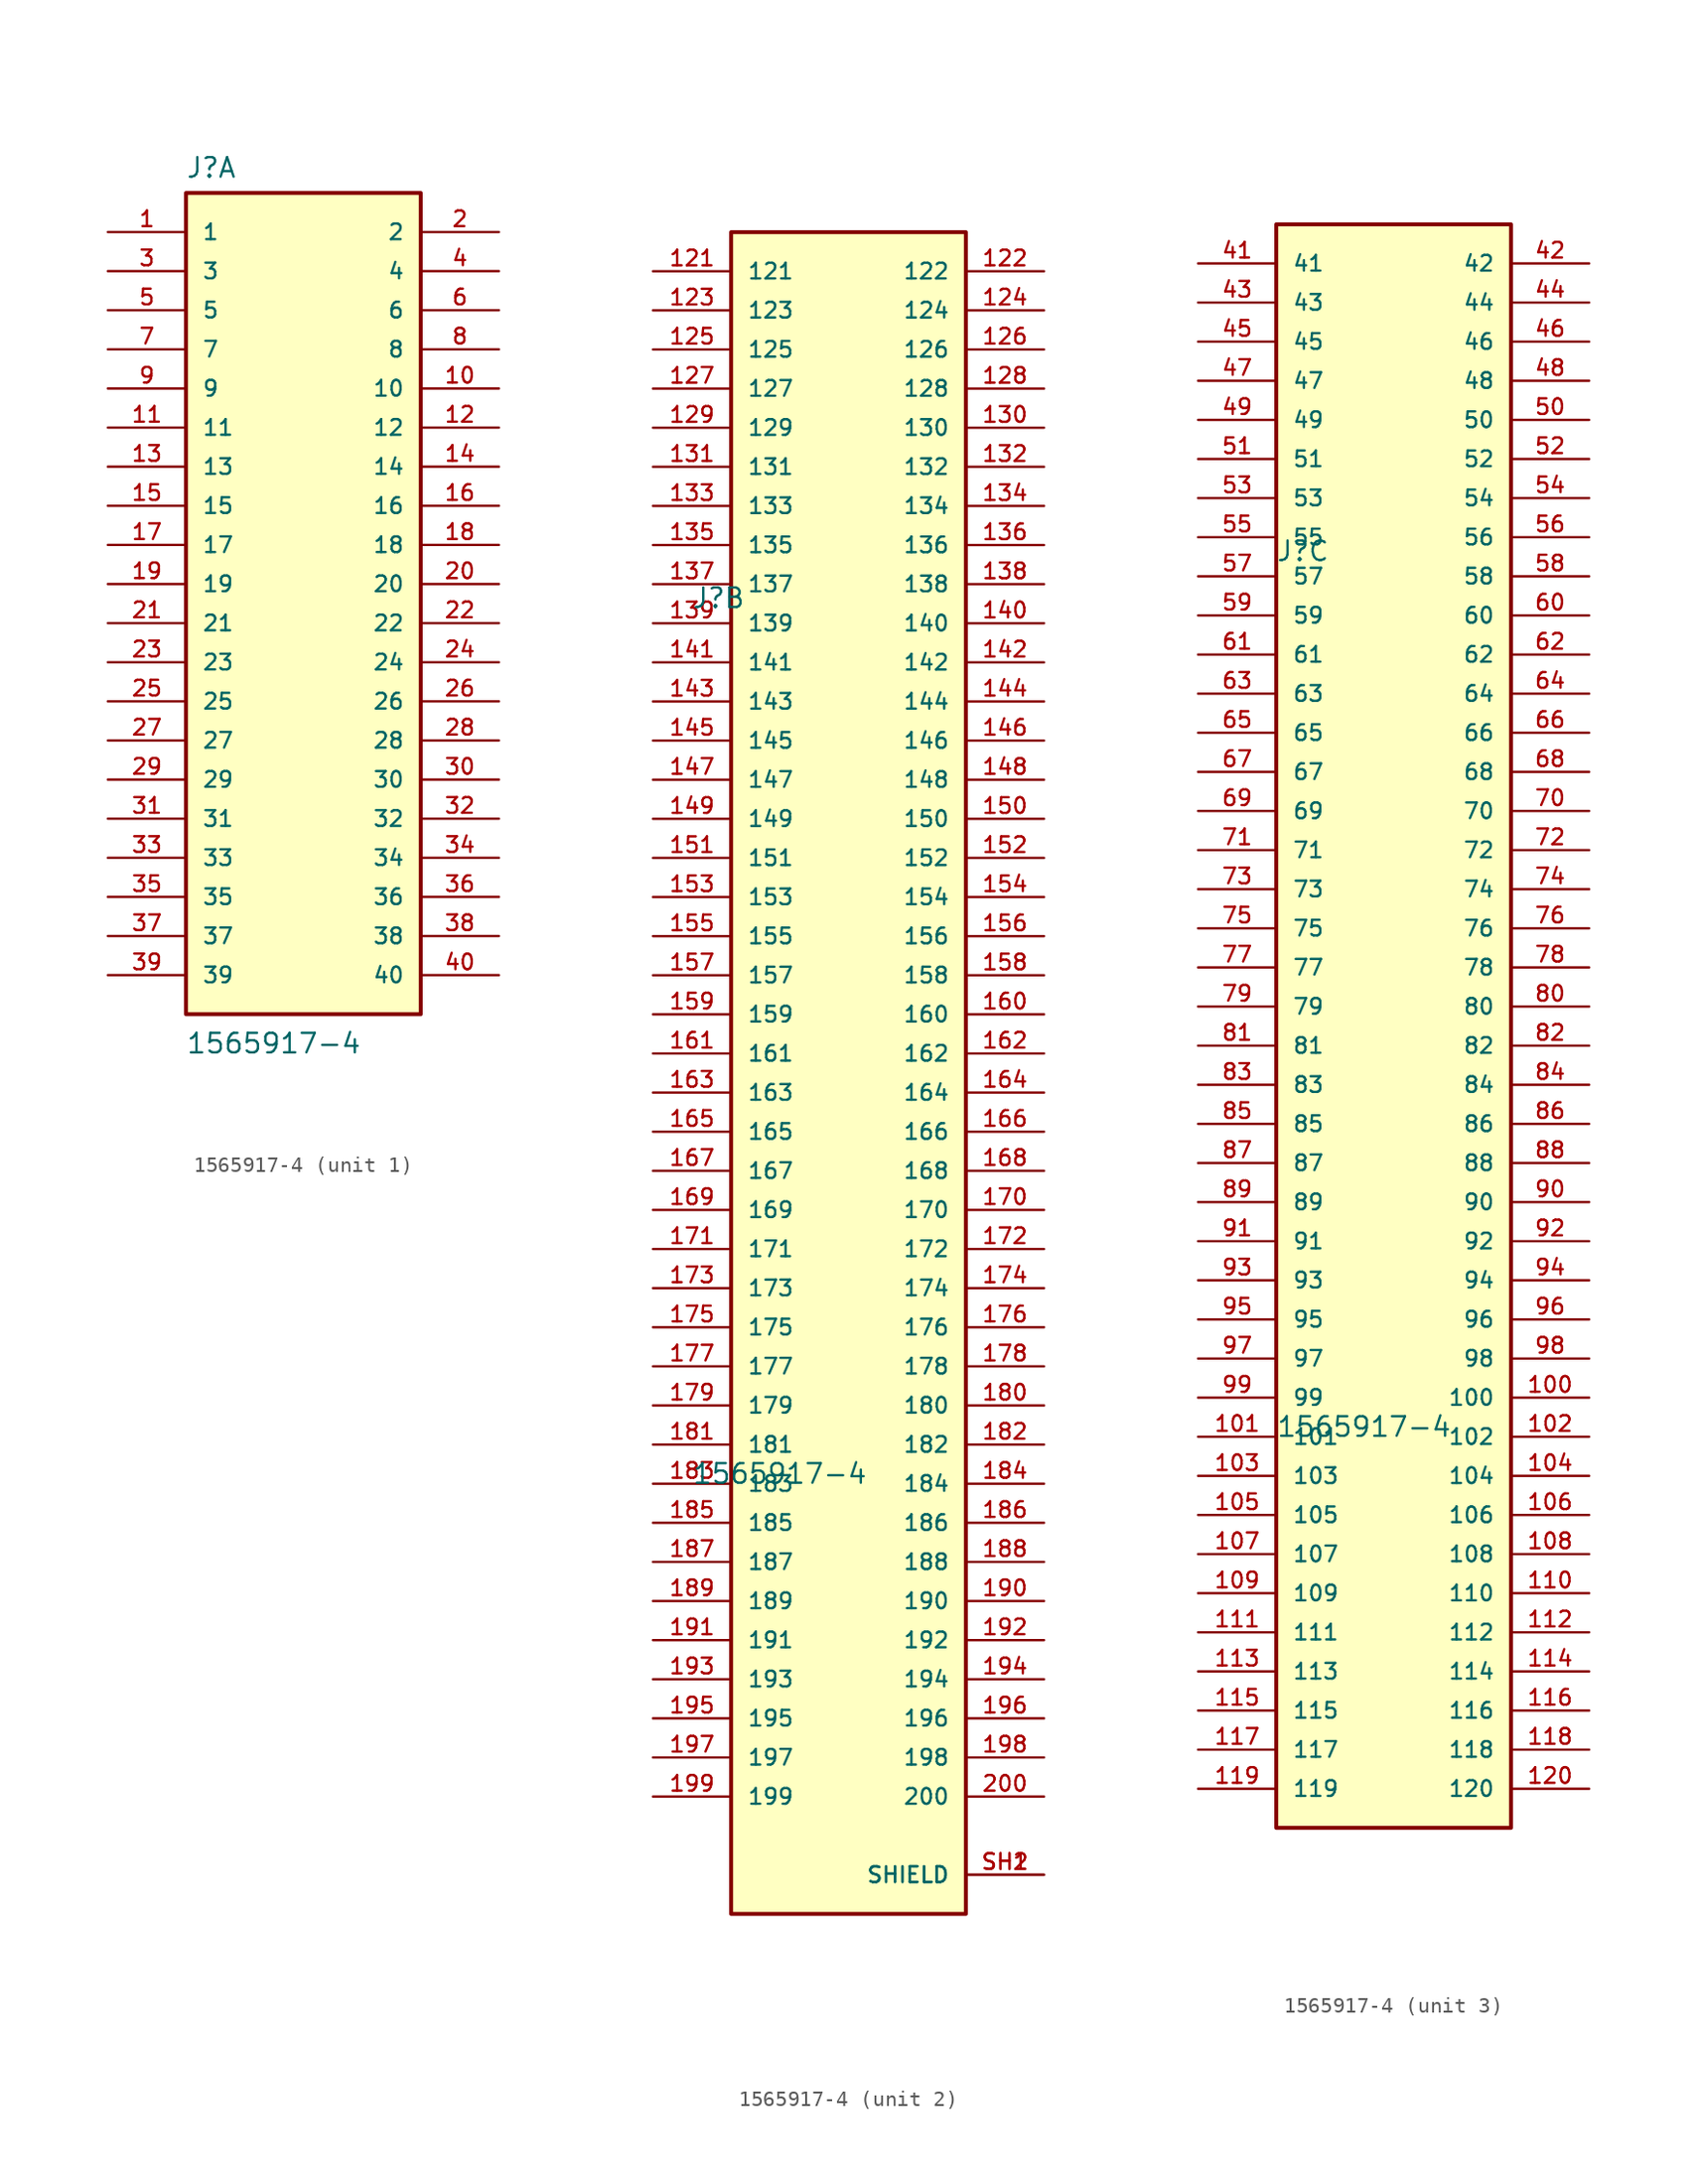
<source format=kicad_sym>
(kicad_symbol_lib
  (version 20241209)
  (generator "kicad_symbol_editor")
  (generator_version "9.0")
  (symbol "1565917-4"
    (pin_names
      (offset 1.016))
    (property "Reference" "J"
      (at -7.655 28.834 0)
      (effects (font (size 1.27 1.27)) (justify left bottom)))
    (property "Value" "1565917-4"
      (at -7.647 -28.038 0)
      (effects (font (size 1.27 1.27)) (justify left bottom)))
    (symbol "1565917-4_1_0"
      (rectangle (start -7.62 -25.4) (end 7.62 27.94) (stroke (width 0.254) (type default)) (fill (type background)))
      (pin passive line (at -12.7 25.4 0) (length 5.08) (name "1" (effects (font (size 1.016 1.016)))) (number "1" (effects (font (size 1.016 1.016)))))
      (pin passive line (at -12.7 22.86 0) (length 5.08) (name "3" (effects (font (size 1.016 1.016)))) (number "3" (effects (font (size 1.016 1.016)))))
      (pin passive line (at -12.7 20.32 0) (length 5.08) (name "5" (effects (font (size 1.016 1.016)))) (number "5" (effects (font (size 1.016 1.016)))))
      (pin passive line (at -12.7 17.78 0) (length 5.08) (name "7" (effects (font (size 1.016 1.016)))) (number "7" (effects (font (size 1.016 1.016)))))
      (pin passive line (at -12.7 15.24 0) (length 5.08) (name "9" (effects (font (size 1.016 1.016)))) (number "9" (effects (font (size 1.016 1.016)))))
      (pin passive line (at -12.7 12.7 0) (length 5.08) (name "11" (effects (font (size 1.016 1.016)))) (number "11" (effects (font (size 1.016 1.016)))))
      (pin passive line (at -12.7 10.16 0) (length 5.08) (name "13" (effects (font (size 1.016 1.016)))) (number "13" (effects (font (size 1.016 1.016)))))
      (pin passive line (at -12.7 7.62 0) (length 5.08) (name "15" (effects (font (size 1.016 1.016)))) (number "15" (effects (font (size 1.016 1.016)))))
      (pin passive line (at -12.7 5.08 0) (length 5.08) (name "17" (effects (font (size 1.016 1.016)))) (number "17" (effects (font (size 1.016 1.016)))))
      (pin passive line (at -12.7 2.54 0) (length 5.08) (name "19" (effects (font (size 1.016 1.016)))) (number "19" (effects (font (size 1.016 1.016)))))
      (pin passive line (at -12.7 0 0) (length 5.08) (name "21" (effects (font (size 1.016 1.016)))) (number "21" (effects (font (size 1.016 1.016)))))
      (pin passive line (at -12.7 -2.54 0) (length 5.08) (name "23" (effects (font (size 1.016 1.016)))) (number "23" (effects (font (size 1.016 1.016)))))
      (pin passive line (at -12.7 -5.08 0) (length 5.08) (name "25" (effects (font (size 1.016 1.016)))) (number "25" (effects (font (size 1.016 1.016)))))
      (pin passive line (at -12.7 -7.62 0) (length 5.08) (name "27" (effects (font (size 1.016 1.016)))) (number "27" (effects (font (size 1.016 1.016)))))
      (pin passive line (at -12.7 -10.16 0) (length 5.08) (name "29" (effects (font (size 1.016 1.016)))) (number "29" (effects (font (size 1.016 1.016)))))
      (pin passive line (at -12.7 -12.7 0) (length 5.08) (name "31" (effects (font (size 1.016 1.016)))) (number "31" (effects (font (size 1.016 1.016)))))
      (pin passive line (at -12.7 -15.24 0) (length 5.08) (name "33" (effects (font (size 1.016 1.016)))) (number "33" (effects (font (size 1.016 1.016)))))
      (pin passive line (at -12.7 -17.78 0) (length 5.08) (name "35" (effects (font (size 1.016 1.016)))) (number "35" (effects (font (size 1.016 1.016)))))
      (pin passive line (at -12.7 -20.32 0) (length 5.08) (name "37" (effects (font (size 1.016 1.016)))) (number "37" (effects (font (size 1.016 1.016)))))
      (pin passive line (at -12.7 -22.86 0) (length 5.08) (name "39" (effects (font (size 1.016 1.016)))) (number "39" (effects (font (size 1.016 1.016)))))
      (pin passive line (at 12.7 25.4 180) (length 5.08) (name "2" (effects (font (size 1.016 1.016)))) (number "2" (effects (font (size 1.016 1.016)))))
      (pin passive line (at 12.7 22.86 180) (length 5.08) (name "4" (effects (font (size 1.016 1.016)))) (number "4" (effects (font (size 1.016 1.016)))))
      (pin passive line (at 12.7 20.32 180) (length 5.08) (name "6" (effects (font (size 1.016 1.016)))) (number "6" (effects (font (size 1.016 1.016)))))
      (pin passive line (at 12.7 17.78 180) (length 5.08) (name "8" (effects (font (size 1.016 1.016)))) (number "8" (effects (font (size 1.016 1.016)))))
      (pin passive line (at 12.7 15.24 180) (length 5.08) (name "10" (effects (font (size 1.016 1.016)))) (number "10" (effects (font (size 1.016 1.016)))))
      (pin passive line (at 12.7 12.7 180) (length 5.08) (name "12" (effects (font (size 1.016 1.016)))) (number "12" (effects (font (size 1.016 1.016)))))
      (pin passive line (at 12.7 10.16 180) (length 5.08) (name "14" (effects (font (size 1.016 1.016)))) (number "14" (effects (font (size 1.016 1.016)))))
      (pin passive line (at 12.7 7.62 180) (length 5.08) (name "16" (effects (font (size 1.016 1.016)))) (number "16" (effects (font (size 1.016 1.016)))))
      (pin passive line (at 12.7 5.08 180) (length 5.08) (name "18" (effects (font (size 1.016 1.016)))) (number "18" (effects (font (size 1.016 1.016)))))
      (pin passive line (at 12.7 2.54 180) (length 5.08) (name "20" (effects (font (size 1.016 1.016)))) (number "20" (effects (font (size 1.016 1.016)))))
      (pin passive line (at 12.7 0 180) (length 5.08) (name "22" (effects (font (size 1.016 1.016)))) (number "22" (effects (font (size 1.016 1.016)))))
      (pin passive line (at 12.7 -2.54 180) (length 5.08) (name "24" (effects (font (size 1.016 1.016)))) (number "24" (effects (font (size 1.016 1.016)))))
      (pin passive line (at 12.7 -5.08 180) (length 5.08) (name "26" (effects (font (size 1.016 1.016)))) (number "26" (effects (font (size 1.016 1.016)))))
      (pin passive line (at 12.7 -7.62 180) (length 5.08) (name "28" (effects (font (size 1.016 1.016)))) (number "28" (effects (font (size 1.016 1.016)))))
      (pin passive line (at 12.7 -10.16 180) (length 5.08) (name "30" (effects (font (size 1.016 1.016)))) (number "30" (effects (font (size 1.016 1.016)))))
      (pin passive line (at 12.7 -12.7 180) (length 5.08) (name "32" (effects (font (size 1.016 1.016)))) (number "32" (effects (font (size 1.016 1.016)))))
      (pin passive line (at 12.7 -15.24 180) (length 5.08) (name "34" (effects (font (size 1.016 1.016)))) (number "34" (effects (font (size 1.016 1.016)))))
      (pin passive line (at 12.7 -17.78 180) (length 5.08) (name "36" (effects (font (size 1.016 1.016)))) (number "36" (effects (font (size 1.016 1.016)))))
      (pin passive line (at 12.7 -20.32 180) (length 5.08) (name "38" (effects (font (size 1.016 1.016)))) (number "38" (effects (font (size 1.016 1.016)))))
      (pin passive line (at 12.7 -22.86 180) (length 5.08) (name "40" (effects (font (size 1.016 1.016)))) (number "40" (effects (font (size 1.016 1.016))))))
    (symbol "1565917-4_2_0"
      (rectangle (start -5.08 -55.88) (end 10.16 53.34) (stroke (width 0.254) (type default)) (fill (type background)))
      (pin passive line (at -10.16 50.8 0) (length 5.08) (name "121" (effects (font (size 1.016 1.016)))) (number "121" (effects (font (size 1.016 1.016)))))
      (pin passive line (at -10.16 48.26 0) (length 5.08) (name "123" (effects (font (size 1.016 1.016)))) (number "123" (effects (font (size 1.016 1.016)))))
      (pin passive line (at -10.16 45.72 0) (length 5.08) (name "125" (effects (font (size 1.016 1.016)))) (number "125" (effects (font (size 1.016 1.016)))))
      (pin passive line (at -10.16 43.18 0) (length 5.08) (name "127" (effects (font (size 1.016 1.016)))) (number "127" (effects (font (size 1.016 1.016)))))
      (pin passive line (at -10.16 40.64 0) (length 5.08) (name "129" (effects (font (size 1.016 1.016)))) (number "129" (effects (font (size 1.016 1.016)))))
      (pin passive line (at -10.16 38.1 0) (length 5.08) (name "131" (effects (font (size 1.016 1.016)))) (number "131" (effects (font (size 1.016 1.016)))))
      (pin passive line (at -10.16 35.56 0) (length 5.08) (name "133" (effects (font (size 1.016 1.016)))) (number "133" (effects (font (size 1.016 1.016)))))
      (pin passive line (at -10.16 33.02 0) (length 5.08) (name "135" (effects (font (size 1.016 1.016)))) (number "135" (effects (font (size 1.016 1.016)))))
      (pin passive line (at -10.16 30.48 0) (length 5.08) (name "137" (effects (font (size 1.016 1.016)))) (number "137" (effects (font (size 1.016 1.016)))))
      (pin passive line (at -10.16 27.94 0) (length 5.08) (name "139" (effects (font (size 1.016 1.016)))) (number "139" (effects (font (size 1.016 1.016)))))
      (pin passive line (at -10.16 25.4 0) (length 5.08) (name "141" (effects (font (size 1.016 1.016)))) (number "141" (effects (font (size 1.016 1.016)))))
      (pin passive line (at -10.16 22.86 0) (length 5.08) (name "143" (effects (font (size 1.016 1.016)))) (number "143" (effects (font (size 1.016 1.016)))))
      (pin passive line (at -10.16 20.32 0) (length 5.08) (name "145" (effects (font (size 1.016 1.016)))) (number "145" (effects (font (size 1.016 1.016)))))
      (pin passive line (at -10.16 17.78 0) (length 5.08) (name "147" (effects (font (size 1.016 1.016)))) (number "147" (effects (font (size 1.016 1.016)))))
      (pin passive line (at -10.16 15.24 0) (length 5.08) (name "149" (effects (font (size 1.016 1.016)))) (number "149" (effects (font (size 1.016 1.016)))))
      (pin passive line (at -10.16 12.7 0) (length 5.08) (name "151" (effects (font (size 1.016 1.016)))) (number "151" (effects (font (size 1.016 1.016)))))
      (pin passive line (at -10.16 10.16 0) (length 5.08) (name "153" (effects (font (size 1.016 1.016)))) (number "153" (effects (font (size 1.016 1.016)))))
      (pin passive line (at -10.16 7.62 0) (length 5.08) (name "155" (effects (font (size 1.016 1.016)))) (number "155" (effects (font (size 1.016 1.016)))))
      (pin passive line (at -10.16 5.08 0) (length 5.08) (name "157" (effects (font (size 1.016 1.016)))) (number "157" (effects (font (size 1.016 1.016)))))
      (pin passive line (at -10.16 2.54 0) (length 5.08) (name "159" (effects (font (size 1.016 1.016)))) (number "159" (effects (font (size 1.016 1.016)))))
      (pin passive line (at -10.16 0 0) (length 5.08) (name "161" (effects (font (size 1.016 1.016)))) (number "161" (effects (font (size 1.016 1.016)))))
      (pin passive line (at -10.16 -2.54 0) (length 5.08) (name "163" (effects (font (size 1.016 1.016)))) (number "163" (effects (font (size 1.016 1.016)))))
      (pin passive line (at -10.16 -5.08 0) (length 5.08) (name "165" (effects (font (size 1.016 1.016)))) (number "165" (effects (font (size 1.016 1.016)))))
      (pin passive line (at -10.16 -7.62 0) (length 5.08) (name "167" (effects (font (size 1.016 1.016)))) (number "167" (effects (font (size 1.016 1.016)))))
      (pin passive line (at -10.16 -10.16 0) (length 5.08) (name "169" (effects (font (size 1.016 1.016)))) (number "169" (effects (font (size 1.016 1.016)))))
      (pin passive line (at -10.16 -12.7 0) (length 5.08) (name "171" (effects (font (size 1.016 1.016)))) (number "171" (effects (font (size 1.016 1.016)))))
      (pin passive line (at -10.16 -15.24 0) (length 5.08) (name "173" (effects (font (size 1.016 1.016)))) (number "173" (effects (font (size 1.016 1.016)))))
      (pin passive line (at -10.16 -17.78 0) (length 5.08) (name "175" (effects (font (size 1.016 1.016)))) (number "175" (effects (font (size 1.016 1.016)))))
      (pin passive line (at -10.16 -20.32 0) (length 5.08) (name "177" (effects (font (size 1.016 1.016)))) (number "177" (effects (font (size 1.016 1.016)))))
      (pin passive line (at -10.16 -22.86 0) (length 5.08) (name "179" (effects (font (size 1.016 1.016)))) (number "179" (effects (font (size 1.016 1.016)))))
      (pin passive line (at -10.16 -25.4 0) (length 5.08) (name "181" (effects (font (size 1.016 1.016)))) (number "181" (effects (font (size 1.016 1.016)))))
      (pin passive line (at -10.16 -27.94 0) (length 5.08) (name "183" (effects (font (size 1.016 1.016)))) (number "183" (effects (font (size 1.016 1.016)))))
      (pin passive line (at -10.16 -30.48 0) (length 5.08) (name "185" (effects (font (size 1.016 1.016)))) (number "185" (effects (font (size 1.016 1.016)))))
      (pin passive line (at -10.16 -33.02 0) (length 5.08) (name "187" (effects (font (size 1.016 1.016)))) (number "187" (effects (font (size 1.016 1.016)))))
      (pin passive line (at -10.16 -35.56 0) (length 5.08) (name "189" (effects (font (size 1.016 1.016)))) (number "189" (effects (font (size 1.016 1.016)))))
      (pin passive line (at -10.16 -38.1 0) (length 5.08) (name "191" (effects (font (size 1.016 1.016)))) (number "191" (effects (font (size 1.016 1.016)))))
      (pin passive line (at -10.16 -40.64 0) (length 5.08) (name "193" (effects (font (size 1.016 1.016)))) (number "193" (effects (font (size 1.016 1.016)))))
      (pin passive line (at -10.16 -43.18 0) (length 5.08) (name "195" (effects (font (size 1.016 1.016)))) (number "195" (effects (font (size 1.016 1.016)))))
      (pin passive line (at -10.16 -45.72 0) (length 5.08) (name "197" (effects (font (size 1.016 1.016)))) (number "197" (effects (font (size 1.016 1.016)))))
      (pin passive line (at -10.16 -48.26 0) (length 5.08) (name "199" (effects (font (size 1.016 1.016)))) (number "199" (effects (font (size 1.016 1.016)))))
      (pin passive line (at 15.24 50.8 180) (length 5.08) (name "122" (effects (font (size 1.016 1.016)))) (number "122" (effects (font (size 1.016 1.016)))))
      (pin passive line (at 15.24 48.26 180) (length 5.08) (name "124" (effects (font (size 1.016 1.016)))) (number "124" (effects (font (size 1.016 1.016)))))
      (pin passive line (at 15.24 45.72 180) (length 5.08) (name "126" (effects (font (size 1.016 1.016)))) (number "126" (effects (font (size 1.016 1.016)))))
      (pin passive line (at 15.24 43.18 180) (length 5.08) (name "128" (effects (font (size 1.016 1.016)))) (number "128" (effects (font (size 1.016 1.016)))))
      (pin passive line (at 15.24 40.64 180) (length 5.08) (name "130" (effects (font (size 1.016 1.016)))) (number "130" (effects (font (size 1.016 1.016)))))
      (pin passive line (at 15.24 38.1 180) (length 5.08) (name "132" (effects (font (size 1.016 1.016)))) (number "132" (effects (font (size 1.016 1.016)))))
      (pin passive line (at 15.24 35.56 180) (length 5.08) (name "134" (effects (font (size 1.016 1.016)))) (number "134" (effects (font (size 1.016 1.016)))))
      (pin passive line (at 15.24 33.02 180) (length 5.08) (name "136" (effects (font (size 1.016 1.016)))) (number "136" (effects (font (size 1.016 1.016)))))
      (pin passive line (at 15.24 30.48 180) (length 5.08) (name "138" (effects (font (size 1.016 1.016)))) (number "138" (effects (font (size 1.016 1.016)))))
      (pin passive line (at 15.24 27.94 180) (length 5.08) (name "140" (effects (font (size 1.016 1.016)))) (number "140" (effects (font (size 1.016 1.016)))))
      (pin passive line (at 15.24 25.4 180) (length 5.08) (name "142" (effects (font (size 1.016 1.016)))) (number "142" (effects (font (size 1.016 1.016)))))
      (pin passive line (at 15.24 22.86 180) (length 5.08) (name "144" (effects (font (size 1.016 1.016)))) (number "144" (effects (font (size 1.016 1.016)))))
      (pin passive line (at 15.24 20.32 180) (length 5.08) (name "146" (effects (font (size 1.016 1.016)))) (number "146" (effects (font (size 1.016 1.016)))))
      (pin passive line (at 15.24 17.78 180) (length 5.08) (name "148" (effects (font (size 1.016 1.016)))) (number "148" (effects (font (size 1.016 1.016)))))
      (pin passive line (at 15.24 15.24 180) (length 5.08) (name "150" (effects (font (size 1.016 1.016)))) (number "150" (effects (font (size 1.016 1.016)))))
      (pin passive line (at 15.24 12.7 180) (length 5.08) (name "152" (effects (font (size 1.016 1.016)))) (number "152" (effects (font (size 1.016 1.016)))))
      (pin passive line (at 15.24 10.16 180) (length 5.08) (name "154" (effects (font (size 1.016 1.016)))) (number "154" (effects (font (size 1.016 1.016)))))
      (pin passive line (at 15.24 7.62 180) (length 5.08) (name "156" (effects (font (size 1.016 1.016)))) (number "156" (effects (font (size 1.016 1.016)))))
      (pin passive line (at 15.24 5.08 180) (length 5.08) (name "158" (effects (font (size 1.016 1.016)))) (number "158" (effects (font (size 1.016 1.016)))))
      (pin passive line (at 15.24 2.54 180) (length 5.08) (name "160" (effects (font (size 1.016 1.016)))) (number "160" (effects (font (size 1.016 1.016)))))
      (pin passive line (at 15.24 0 180) (length 5.08) (name "162" (effects (font (size 1.016 1.016)))) (number "162" (effects (font (size 1.016 1.016)))))
      (pin passive line (at 15.24 -2.54 180) (length 5.08) (name "164" (effects (font (size 1.016 1.016)))) (number "164" (effects (font (size 1.016 1.016)))))
      (pin passive line (at 15.24 -5.08 180) (length 5.08) (name "166" (effects (font (size 1.016 1.016)))) (number "166" (effects (font (size 1.016 1.016)))))
      (pin passive line (at 15.24 -7.62 180) (length 5.08) (name "168" (effects (font (size 1.016 1.016)))) (number "168" (effects (font (size 1.016 1.016)))))
      (pin passive line (at 15.24 -10.16 180) (length 5.08) (name "170" (effects (font (size 1.016 1.016)))) (number "170" (effects (font (size 1.016 1.016)))))
      (pin passive line (at 15.24 -12.7 180) (length 5.08) (name "172" (effects (font (size 1.016 1.016)))) (number "172" (effects (font (size 1.016 1.016)))))
      (pin passive line (at 15.24 -15.24 180) (length 5.08) (name "174" (effects (font (size 1.016 1.016)))) (number "174" (effects (font (size 1.016 1.016)))))
      (pin passive line (at 15.24 -17.78 180) (length 5.08) (name "176" (effects (font (size 1.016 1.016)))) (number "176" (effects (font (size 1.016 1.016)))))
      (pin passive line (at 15.24 -20.32 180) (length 5.08) (name "178" (effects (font (size 1.016 1.016)))) (number "178" (effects (font (size 1.016 1.016)))))
      (pin passive line (at 15.24 -22.86 180) (length 5.08) (name "180" (effects (font (size 1.016 1.016)))) (number "180" (effects (font (size 1.016 1.016)))))
      (pin passive line (at 15.24 -25.4 180) (length 5.08) (name "182" (effects (font (size 1.016 1.016)))) (number "182" (effects (font (size 1.016 1.016)))))
      (pin passive line (at 15.24 -27.94 180) (length 5.08) (name "184" (effects (font (size 1.016 1.016)))) (number "184" (effects (font (size 1.016 1.016)))))
      (pin passive line (at 15.24 -30.48 180) (length 5.08) (name "186" (effects (font (size 1.016 1.016)))) (number "186" (effects (font (size 1.016 1.016)))))
      (pin passive line (at 15.24 -33.02 180) (length 5.08) (name "188" (effects (font (size 1.016 1.016)))) (number "188" (effects (font (size 1.016 1.016)))))
      (pin passive line (at 15.24 -35.56 180) (length 5.08) (name "190" (effects (font (size 1.016 1.016)))) (number "190" (effects (font (size 1.016 1.016)))))
      (pin passive line (at 15.24 -38.1 180) (length 5.08) (name "192" (effects (font (size 1.016 1.016)))) (number "192" (effects (font (size 1.016 1.016)))))
      (pin passive line (at 15.24 -40.64 180) (length 5.08) (name "194" (effects (font (size 1.016 1.016)))) (number "194" (effects (font (size 1.016 1.016)))))
      (pin passive line (at 15.24 -43.18 180) (length 5.08) (name "196" (effects (font (size 1.016 1.016)))) (number "196" (effects (font (size 1.016 1.016)))))
      (pin passive line (at 15.24 -45.72 180) (length 5.08) (name "198" (effects (font (size 1.016 1.016)))) (number "198" (effects (font (size 1.016 1.016)))))
      (pin passive line (at 15.24 -48.26 180) (length 5.08) (name "200" (effects (font (size 1.016 1.016)))) (number "200" (effects (font (size 1.016 1.016)))))
      (pin passive line (at 15.24 -53.34 180) (length 5.08) (name "SHIELD" (effects (font (size 1.016 1.016)))) (number "SH1" (effects (font (size 1.016 1.016)))))
      (pin passive line (at 15.24 -53.34 180) (length 5.08) (name "SHIELD" (effects (font (size 1.016 1.016)))) (number "SH2" (effects (font (size 1.016 1.016))))))
    (symbol "1565917-4_3_0"
      (rectangle (start -7.62 -53.34) (end 7.62 50.8) (stroke (width 0.254) (type default)) (fill (type background)))
      (pin passive line (at -12.7 48.26 0) (length 5.08) (name "41" (effects (font (size 1.016 1.016)))) (number "41" (effects (font (size 1.016 1.016)))))
      (pin passive line (at -12.7 45.72 0) (length 5.08) (name "43" (effects (font (size 1.016 1.016)))) (number "43" (effects (font (size 1.016 1.016)))))
      (pin passive line (at -12.7 43.18 0) (length 5.08) (name "45" (effects (font (size 1.016 1.016)))) (number "45" (effects (font (size 1.016 1.016)))))
      (pin passive line (at -12.7 40.64 0) (length 5.08) (name "47" (effects (font (size 1.016 1.016)))) (number "47" (effects (font (size 1.016 1.016)))))
      (pin passive line (at -12.7 38.1 0) (length 5.08) (name "49" (effects (font (size 1.016 1.016)))) (number "49" (effects (font (size 1.016 1.016)))))
      (pin passive line (at -12.7 35.56 0) (length 5.08) (name "51" (effects (font (size 1.016 1.016)))) (number "51" (effects (font (size 1.016 1.016)))))
      (pin passive line (at -12.7 33.02 0) (length 5.08) (name "53" (effects (font (size 1.016 1.016)))) (number "53" (effects (font (size 1.016 1.016)))))
      (pin passive line (at -12.7 30.48 0) (length 5.08) (name "55" (effects (font (size 1.016 1.016)))) (number "55" (effects (font (size 1.016 1.016)))))
      (pin passive line (at -12.7 27.94 0) (length 5.08) (name "57" (effects (font (size 1.016 1.016)))) (number "57" (effects (font (size 1.016 1.016)))))
      (pin passive line (at -12.7 25.4 0) (length 5.08) (name "59" (effects (font (size 1.016 1.016)))) (number "59" (effects (font (size 1.016 1.016)))))
      (pin passive line (at -12.7 22.86 0) (length 5.08) (name "61" (effects (font (size 1.016 1.016)))) (number "61" (effects (font (size 1.016 1.016)))))
      (pin passive line (at -12.7 20.32 0) (length 5.08) (name "63" (effects (font (size 1.016 1.016)))) (number "63" (effects (font (size 1.016 1.016)))))
      (pin passive line (at -12.7 17.78 0) (length 5.08) (name "65" (effects (font (size 1.016 1.016)))) (number "65" (effects (font (size 1.016 1.016)))))
      (pin passive line (at -12.7 15.24 0) (length 5.08) (name "67" (effects (font (size 1.016 1.016)))) (number "67" (effects (font (size 1.016 1.016)))))
      (pin passive line (at -12.7 12.7 0) (length 5.08) (name "69" (effects (font (size 1.016 1.016)))) (number "69" (effects (font (size 1.016 1.016)))))
      (pin passive line (at -12.7 10.16 0) (length 5.08) (name "71" (effects (font (size 1.016 1.016)))) (number "71" (effects (font (size 1.016 1.016)))))
      (pin passive line (at -12.7 7.62 0) (length 5.08) (name "73" (effects (font (size 1.016 1.016)))) (number "73" (effects (font (size 1.016 1.016)))))
      (pin passive line (at -12.7 5.08 0) (length 5.08) (name "75" (effects (font (size 1.016 1.016)))) (number "75" (effects (font (size 1.016 1.016)))))
      (pin passive line (at -12.7 2.54 0) (length 5.08) (name "77" (effects (font (size 1.016 1.016)))) (number "77" (effects (font (size 1.016 1.016)))))
      (pin passive line (at -12.7 0 0) (length 5.08) (name "79" (effects (font (size 1.016 1.016)))) (number "79" (effects (font (size 1.016 1.016)))))
      (pin passive line (at -12.7 -2.54 0) (length 5.08) (name "81" (effects (font (size 1.016 1.016)))) (number "81" (effects (font (size 1.016 1.016)))))
      (pin passive line (at -12.7 -5.08 0) (length 5.08) (name "83" (effects (font (size 1.016 1.016)))) (number "83" (effects (font (size 1.016 1.016)))))
      (pin passive line (at -12.7 -7.62 0) (length 5.08) (name "85" (effects (font (size 1.016 1.016)))) (number "85" (effects (font (size 1.016 1.016)))))
      (pin passive line (at -12.7 -10.16 0) (length 5.08) (name "87" (effects (font (size 1.016 1.016)))) (number "87" (effects (font (size 1.016 1.016)))))
      (pin passive line (at -12.7 -12.7 0) (length 5.08) (name "89" (effects (font (size 1.016 1.016)))) (number "89" (effects (font (size 1.016 1.016)))))
      (pin passive line (at -12.7 -15.24 0) (length 5.08) (name "91" (effects (font (size 1.016 1.016)))) (number "91" (effects (font (size 1.016 1.016)))))
      (pin passive line (at -12.7 -17.78 0) (length 5.08) (name "93" (effects (font (size 1.016 1.016)))) (number "93" (effects (font (size 1.016 1.016)))))
      (pin passive line (at -12.7 -20.32 0) (length 5.08) (name "95" (effects (font (size 1.016 1.016)))) (number "95" (effects (font (size 1.016 1.016)))))
      (pin passive line (at -12.7 -22.86 0) (length 5.08) (name "97" (effects (font (size 1.016 1.016)))) (number "97" (effects (font (size 1.016 1.016)))))
      (pin passive line (at -12.7 -25.4 0) (length 5.08) (name "99" (effects (font (size 1.016 1.016)))) (number "99" (effects (font (size 1.016 1.016)))))
      (pin passive line (at -12.7 -27.94 0) (length 5.08) (name "101" (effects (font (size 1.016 1.016)))) (number "101" (effects (font (size 1.016 1.016)))))
      (pin passive line (at -12.7 -30.48 0) (length 5.08) (name "103" (effects (font (size 1.016 1.016)))) (number "103" (effects (font (size 1.016 1.016)))))
      (pin passive line (at -12.7 -33.02 0) (length 5.08) (name "105" (effects (font (size 1.016 1.016)))) (number "105" (effects (font (size 1.016 1.016)))))
      (pin passive line (at -12.7 -35.56 0) (length 5.08) (name "107" (effects (font (size 1.016 1.016)))) (number "107" (effects (font (size 1.016 1.016)))))
      (pin passive line (at -12.7 -38.1 0) (length 5.08) (name "109" (effects (font (size 1.016 1.016)))) (number "109" (effects (font (size 1.016 1.016)))))
      (pin passive line (at -12.7 -40.64 0) (length 5.08) (name "111" (effects (font (size 1.016 1.016)))) (number "111" (effects (font (size 1.016 1.016)))))
      (pin passive line (at -12.7 -43.18 0) (length 5.08) (name "113" (effects (font (size 1.016 1.016)))) (number "113" (effects (font (size 1.016 1.016)))))
      (pin passive line (at -12.7 -45.72 0) (length 5.08) (name "115" (effects (font (size 1.016 1.016)))) (number "115" (effects (font (size 1.016 1.016)))))
      (pin passive line (at -12.7 -48.26 0) (length 5.08) (name "117" (effects (font (size 1.016 1.016)))) (number "117" (effects (font (size 1.016 1.016)))))
      (pin passive line (at -12.7 -50.8 0) (length 5.08) (name "119" (effects (font (size 1.016 1.016)))) (number "119" (effects (font (size 1.016 1.016)))))
      (pin passive line (at 12.7 48.26 180) (length 5.08) (name "42" (effects (font (size 1.016 1.016)))) (number "42" (effects (font (size 1.016 1.016)))))
      (pin passive line (at 12.7 45.72 180) (length 5.08) (name "44" (effects (font (size 1.016 1.016)))) (number "44" (effects (font (size 1.016 1.016)))))
      (pin passive line (at 12.7 43.18 180) (length 5.08) (name "46" (effects (font (size 1.016 1.016)))) (number "46" (effects (font (size 1.016 1.016)))))
      (pin passive line (at 12.7 40.64 180) (length 5.08) (name "48" (effects (font (size 1.016 1.016)))) (number "48" (effects (font (size 1.016 1.016)))))
      (pin passive line (at 12.7 38.1 180) (length 5.08) (name "50" (effects (font (size 1.016 1.016)))) (number "50" (effects (font (size 1.016 1.016)))))
      (pin passive line (at 12.7 35.56 180) (length 5.08) (name "52" (effects (font (size 1.016 1.016)))) (number "52" (effects (font (size 1.016 1.016)))))
      (pin passive line (at 12.7 33.02 180) (length 5.08) (name "54" (effects (font (size 1.016 1.016)))) (number "54" (effects (font (size 1.016 1.016)))))
      (pin passive line (at 12.7 30.48 180) (length 5.08) (name "56" (effects (font (size 1.016 1.016)))) (number "56" (effects (font (size 1.016 1.016)))))
      (pin passive line (at 12.7 27.94 180) (length 5.08) (name "58" (effects (font (size 1.016 1.016)))) (number "58" (effects (font (size 1.016 1.016)))))
      (pin passive line (at 12.7 25.4 180) (length 5.08) (name "60" (effects (font (size 1.016 1.016)))) (number "60" (effects (font (size 1.016 1.016)))))
      (pin passive line (at 12.7 22.86 180) (length 5.08) (name "62" (effects (font (size 1.016 1.016)))) (number "62" (effects (font (size 1.016 1.016)))))
      (pin passive line (at 12.7 20.32 180) (length 5.08) (name "64" (effects (font (size 1.016 1.016)))) (number "64" (effects (font (size 1.016 1.016)))))
      (pin passive line (at 12.7 17.78 180) (length 5.08) (name "66" (effects (font (size 1.016 1.016)))) (number "66" (effects (font (size 1.016 1.016)))))
      (pin passive line (at 12.7 15.24 180) (length 5.08) (name "68" (effects (font (size 1.016 1.016)))) (number "68" (effects (font (size 1.016 1.016)))))
      (pin passive line (at 12.7 12.7 180) (length 5.08) (name "70" (effects (font (size 1.016 1.016)))) (number "70" (effects (font (size 1.016 1.016)))))
      (pin passive line (at 12.7 10.16 180) (length 5.08) (name "72" (effects (font (size 1.016 1.016)))) (number "72" (effects (font (size 1.016 1.016)))))
      (pin passive line (at 12.7 7.62 180) (length 5.08) (name "74" (effects (font (size 1.016 1.016)))) (number "74" (effects (font (size 1.016 1.016)))))
      (pin passive line (at 12.7 5.08 180) (length 5.08) (name "76" (effects (font (size 1.016 1.016)))) (number "76" (effects (font (size 1.016 1.016)))))
      (pin passive line (at 12.7 2.54 180) (length 5.08) (name "78" (effects (font (size 1.016 1.016)))) (number "78" (effects (font (size 1.016 1.016)))))
      (pin passive line (at 12.7 0 180) (length 5.08) (name "80" (effects (font (size 1.016 1.016)))) (number "80" (effects (font (size 1.016 1.016)))))
      (pin passive line (at 12.7 -2.54 180) (length 5.08) (name "82" (effects (font (size 1.016 1.016)))) (number "82" (effects (font (size 1.016 1.016)))))
      (pin passive line (at 12.7 -5.08 180) (length 5.08) (name "84" (effects (font (size 1.016 1.016)))) (number "84" (effects (font (size 1.016 1.016)))))
      (pin passive line (at 12.7 -7.62 180) (length 5.08) (name "86" (effects (font (size 1.016 1.016)))) (number "86" (effects (font (size 1.016 1.016)))))
      (pin passive line (at 12.7 -10.16 180) (length 5.08) (name "88" (effects (font (size 1.016 1.016)))) (number "88" (effects (font (size 1.016 1.016)))))
      (pin passive line (at 12.7 -12.7 180) (length 5.08) (name "90" (effects (font (size 1.016 1.016)))) (number "90" (effects (font (size 1.016 1.016)))))
      (pin passive line (at 12.7 -15.24 180) (length 5.08) (name "92" (effects (font (size 1.016 1.016)))) (number "92" (effects (font (size 1.016 1.016)))))
      (pin passive line (at 12.7 -17.78 180) (length 5.08) (name "94" (effects (font (size 1.016 1.016)))) (number "94" (effects (font (size 1.016 1.016)))))
      (pin passive line (at 12.7 -20.32 180) (length 5.08) (name "96" (effects (font (size 1.016 1.016)))) (number "96" (effects (font (size 1.016 1.016)))))
      (pin passive line (at 12.7 -22.86 180) (length 5.08) (name "98" (effects (font (size 1.016 1.016)))) (number "98" (effects (font (size 1.016 1.016)))))
      (pin passive line (at 12.7 -25.4 180) (length 5.08) (name "100" (effects (font (size 1.016 1.016)))) (number "100" (effects (font (size 1.016 1.016)))))
      (pin passive line (at 12.7 -27.94 180) (length 5.08) (name "102" (effects (font (size 1.016 1.016)))) (number "102" (effects (font (size 1.016 1.016)))))
      (pin passive line (at 12.7 -30.48 180) (length 5.08) (name "104" (effects (font (size 1.016 1.016)))) (number "104" (effects (font (size 1.016 1.016)))))
      (pin passive line (at 12.7 -33.02 180) (length 5.08) (name "106" (effects (font (size 1.016 1.016)))) (number "106" (effects (font (size 1.016 1.016)))))
      (pin passive line (at 12.7 -35.56 180) (length 5.08) (name "108" (effects (font (size 1.016 1.016)))) (number "108" (effects (font (size 1.016 1.016)))))
      (pin passive line (at 12.7 -38.1 180) (length 5.08) (name "110" (effects (font (size 1.016 1.016)))) (number "110" (effects (font (size 1.016 1.016)))))
      (pin passive line (at 12.7 -40.64 180) (length 5.08) (name "112" (effects (font (size 1.016 1.016)))) (number "112" (effects (font (size 1.016 1.016)))))
      (pin passive line (at 12.7 -43.18 180) (length 5.08) (name "114" (effects (font (size 1.016 1.016)))) (number "114" (effects (font (size 1.016 1.016)))))
      (pin passive line (at 12.7 -45.72 180) (length 5.08) (name "116" (effects (font (size 1.016 1.016)))) (number "116" (effects (font (size 1.016 1.016)))))
      (pin passive line (at 12.7 -48.26 180) (length 5.08) (name "118" (effects (font (size 1.016 1.016)))) (number "118" (effects (font (size 1.016 1.016)))))
      (pin passive line (at 12.7 -50.8 180) (length 5.08) (name "120" (effects (font (size 1.016 1.016)))) (number "120" (effects (font (size 1.016 1.016))))))))
</source>
